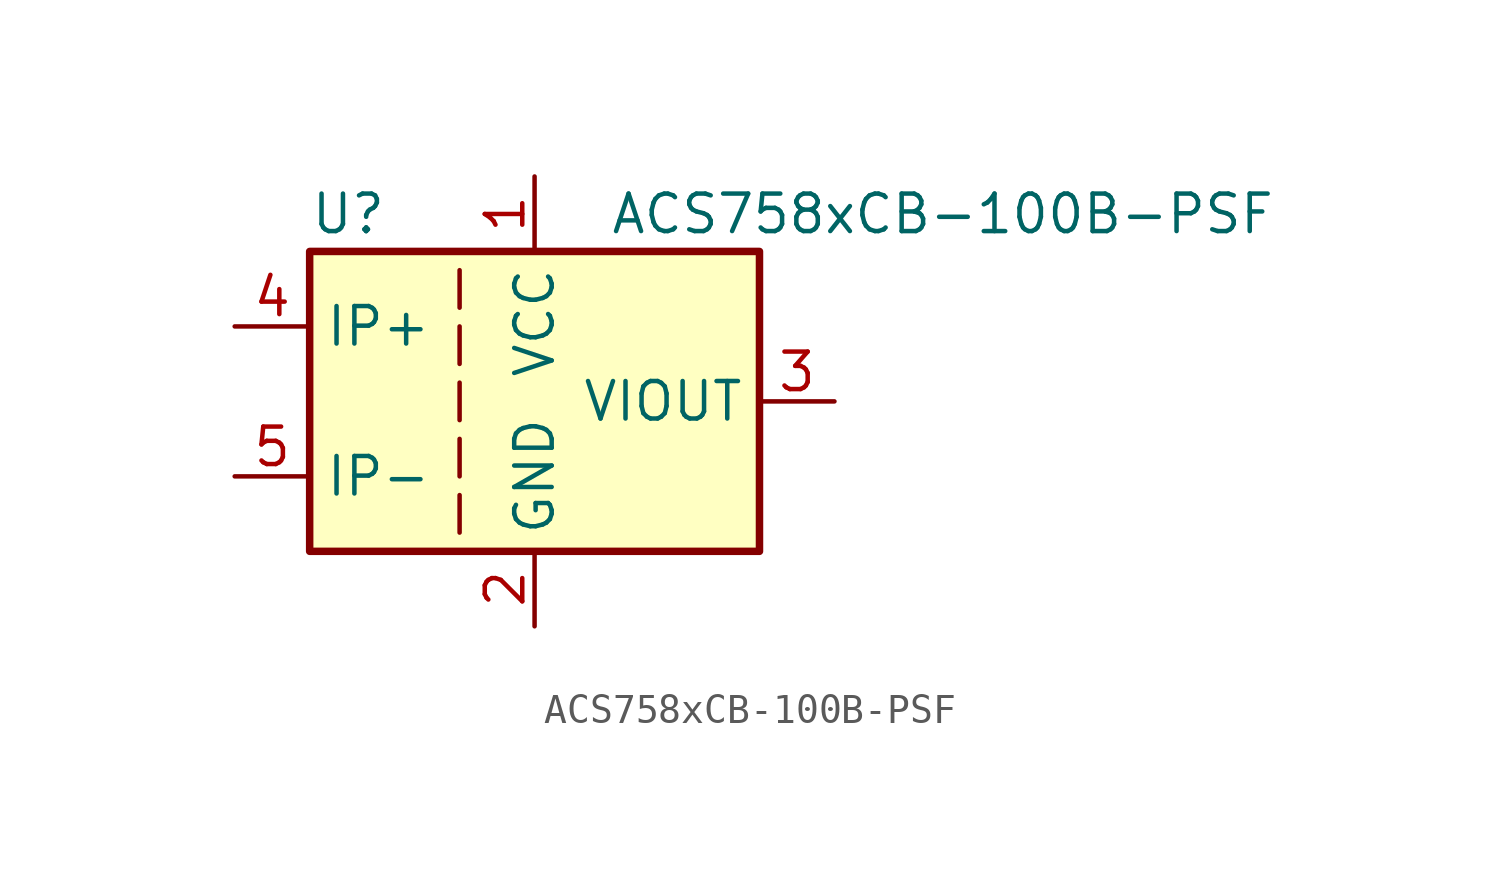
<source format=kicad_sym>
(kicad_symbol_lib
  (version 20201005)
  (generator kicad_symbol_editor)
  (symbol "ACS758xCB-100B-PSF"
    (property "Reference" "U"
      (at -7.62 6.35 0)
      (effects (font (size 1.27 1.27)) (justify left)))
    (property "Value" "ACS758xCB-100B-PSF"
      (at 2.54 6.35 0)
      (effects (font (size 1.27 1.27)) (justify left)))
    (symbol "ACS758xCB-100B-PSF_0_1"
      (rectangle (start -7.62 5.08) (end 7.62 -5.08) (stroke (width 0.254)) (fill (type background)))
      (polyline (pts (xy -2.54 -3.175) (xy -2.54 -4.445)) (stroke (width 0)) (fill (type none)))
      (polyline (pts (xy -2.54 -1.27) (xy -2.54 -2.54)) (stroke (width 0)) (fill (type none)))
      (polyline (pts (xy -2.54 0.635) (xy -2.54 -0.635)) (stroke (width 0)) (fill (type none)))
      (polyline (pts (xy -2.54 1.27) (xy -2.54 2.54)) (stroke (width 0)) (fill (type none)))
      (polyline (pts (xy -2.54 3.175) (xy -2.54 4.445)) (stroke (width 0)) (fill (type none))))
    (symbol "ACS758xCB-100B-PSF_1_1"
      (pin power_in line (at 0 7.62 270) (length 2.54) (name "VCC" (effects (font (size 1.27 1.27)))) (number "1" (effects (font (size 1.27 1.27)))))
      (pin power_in line (at 0 -7.62 90) (length 2.54) (name "GND" (effects (font (size 1.27 1.27)))) (number "2" (effects (font (size 1.27 1.27)))))
      (pin output line (at 10.16 0 180) (length 2.54) (name "VIOUT" (effects (font (size 1.27 1.27)))) (number "3" (effects (font (size 1.27 1.27)))))
      (pin passive line (at -10.16 2.54 0) (length 2.54) (name "IP+" (effects (font (size 1.27 1.27)))) (number "4" (effects (font (size 1.27 1.27)))))
      (pin passive line (at -10.16 -2.54 0) (length 2.54) (name "IP-" (effects (font (size 1.27 1.27)))) (number "5" (effects (font (size 1.27 1.27))))))))
</source>
